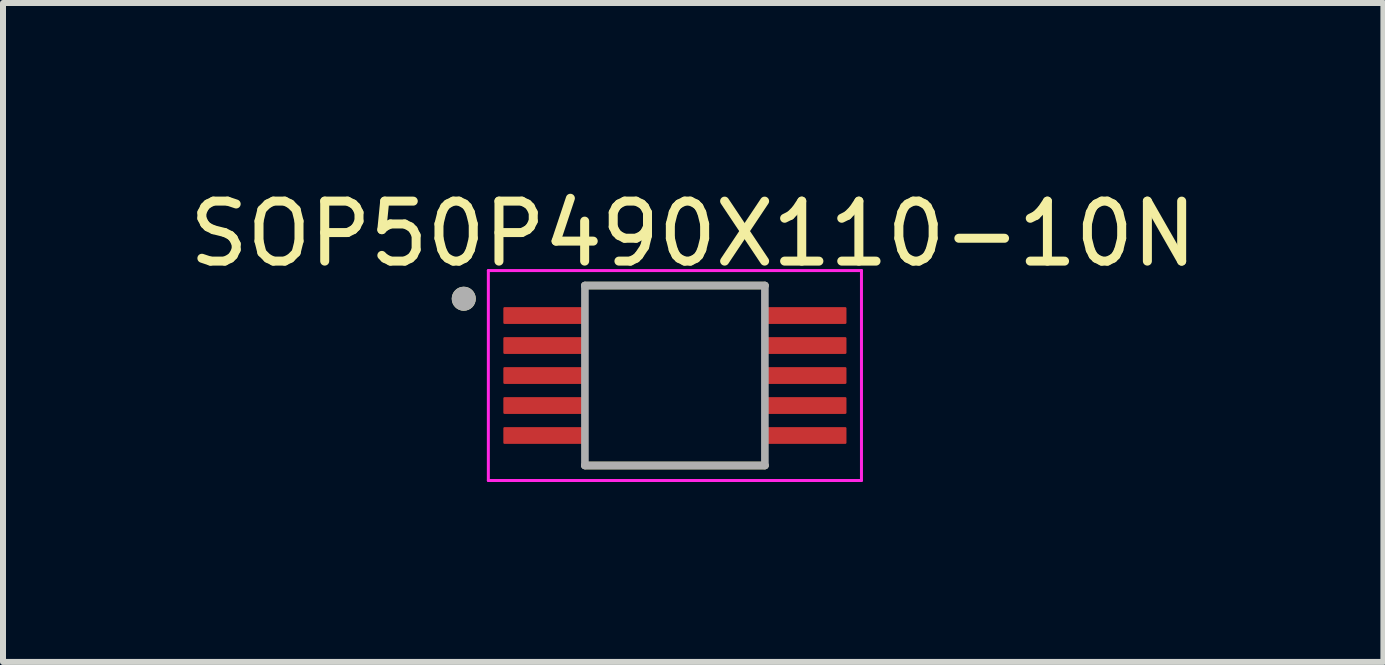
<source format=kicad_pcb>
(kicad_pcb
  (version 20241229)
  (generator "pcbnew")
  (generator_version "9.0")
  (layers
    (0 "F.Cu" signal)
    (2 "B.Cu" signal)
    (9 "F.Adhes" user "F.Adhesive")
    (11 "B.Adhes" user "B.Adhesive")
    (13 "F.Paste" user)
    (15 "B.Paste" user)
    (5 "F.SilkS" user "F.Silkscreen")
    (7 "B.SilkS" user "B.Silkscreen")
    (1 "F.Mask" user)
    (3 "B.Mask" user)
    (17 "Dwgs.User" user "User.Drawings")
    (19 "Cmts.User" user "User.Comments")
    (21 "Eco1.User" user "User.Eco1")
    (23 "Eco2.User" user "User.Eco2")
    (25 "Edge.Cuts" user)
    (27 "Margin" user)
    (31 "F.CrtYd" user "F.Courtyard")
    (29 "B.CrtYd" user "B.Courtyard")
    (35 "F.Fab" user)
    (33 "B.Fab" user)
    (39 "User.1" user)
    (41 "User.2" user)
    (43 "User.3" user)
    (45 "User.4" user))
  (footprint "SOP50P490X110-10N"
    (layer "F.Cu")
    (at 8.201 3.21)
    (property "Reference" "SOP50P490X110-10N" (at 0.305 -2.362 0) (layer "F.SilkS") (effects (font (size 1 1) (thickness 0.15))))
    (attr smd)
    (fp_line (start -1.5 -1.5) (end 1.5 -1.5) (stroke (width 0.127) (type solid)) (layer "F.SilkS"))
    (fp_line (start -1.5 1.5) (end 1.5 1.5) (stroke (width 0.127) (type solid)) (layer "F.SilkS"))
    (fp_circle (center -3.52 -1.28) (end -3.42 -1.28) (stroke (width 0.2) (type solid)) (fill no) (layer "F.SilkS"))
    (fp_line (start -3.11 -1.75) (end -3.11 1.75) (stroke (width 0.05) (type solid)) (layer "F.CrtYd"))
    (fp_line (start -3.11 -1.75) (end 3.11 -1.75) (stroke (width 0.05) (type solid)) (layer "F.CrtYd"))
    (fp_line (start -3.11 1.75) (end 3.11 1.75) (stroke (width 0.05) (type solid)) (layer "F.CrtYd"))
    (fp_line (start 3.11 -1.75) (end 3.11 1.75) (stroke (width 0.05) (type solid)) (layer "F.CrtYd"))
    (fp_line (start -1.5 -1.5) (end -1.5 1.5) (stroke (width 0.127) (type solid)) (layer "F.Fab"))
    (fp_line (start -1.5 -1.5) (end 1.5 -1.5) (stroke (width 0.127) (type solid)) (layer "F.Fab"))
    (fp_line (start -1.5 1.5) (end 1.5 1.5) (stroke (width 0.127) (type solid)) (layer "F.Fab"))
    (fp_line (start 1.5 -1.5) (end 1.5 1.5) (stroke (width 0.127) (type solid)) (layer "F.Fab"))
    (fp_circle (center -3.52 -1.28) (end -3.42 -1.28) (stroke (width 0.2) (type solid)) (fill no) (layer "F.Fab"))
    (pad "1" smd roundrect (at -2.2 -1) (size 1.32 0.28) (layers "F.Cu" "F.Mask" "F.Paste") (roundrect_rratio 0.07))
    (pad "2" smd roundrect (at -2.2 -0.5) (size 1.32 0.28) (layers "F.Cu" "F.Mask" "F.Paste") (roundrect_rratio 0.07))
    (pad "3" smd roundrect (at -2.2 0) (size 1.32 0.28) (layers "F.Cu" "F.Mask" "F.Paste") (roundrect_rratio 0.07))
    (pad "4" smd roundrect (at -2.2 0.5) (size 1.32 0.28) (layers "F.Cu" "F.Mask" "F.Paste") (roundrect_rratio 0.07))
    (pad "5" smd roundrect (at -2.2 1) (size 1.32 0.28) (layers "F.Cu" "F.Mask" "F.Paste") (roundrect_rratio 0.07))
    (pad "6" smd roundrect (at 2.2 1) (size 1.32 0.28) (layers "F.Cu" "F.Mask" "F.Paste") (roundrect_rratio 0.07))
    (pad "7" smd roundrect (at 2.2 0.5) (size 1.32 0.28) (layers "F.Cu" "F.Mask" "F.Paste") (roundrect_rratio 0.07))
    (pad "8" smd roundrect (at 2.2 0) (size 1.32 0.28) (layers "F.Cu" "F.Mask" "F.Paste") (roundrect_rratio 0.07))
    (pad "9" smd roundrect (at 2.2 -0.5) (size 1.32 0.28) (layers "F.Cu" "F.Mask" "F.Paste") (roundrect_rratio 0.07))
    (pad "10" smd roundrect (at 2.2 -1) (size 1.32 0.28) (layers "F.Cu" "F.Mask" "F.Paste") (roundrect_rratio 0.07)))
  (gr_rect
    (start -3 -3)
    (end 20.012 7.985)
    (stroke (width 0.1) (type default))
    (fill no)
    (layer "Edge.Cuts")))
</source>
